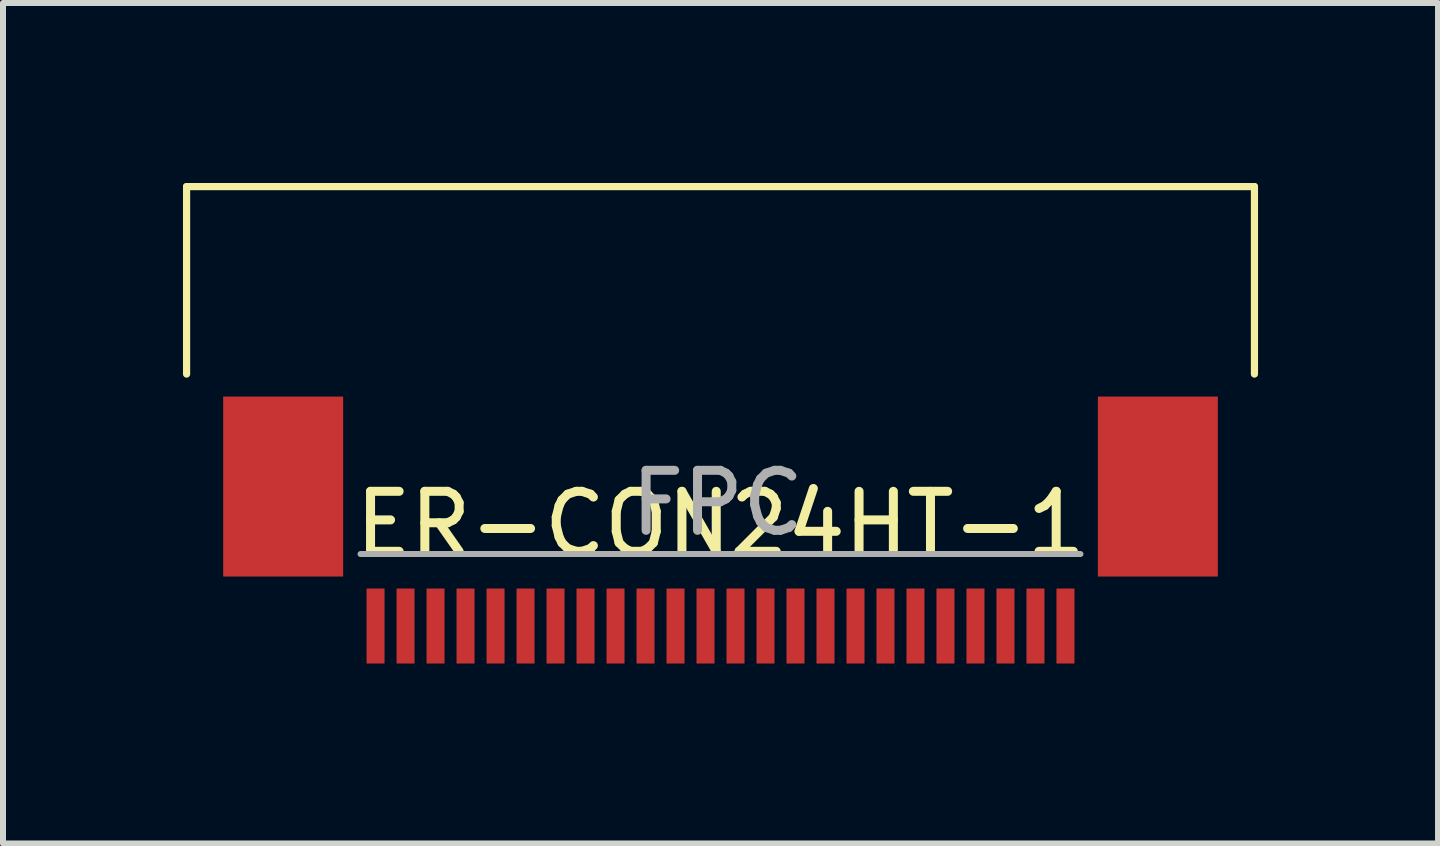
<source format=kicad_pcb>
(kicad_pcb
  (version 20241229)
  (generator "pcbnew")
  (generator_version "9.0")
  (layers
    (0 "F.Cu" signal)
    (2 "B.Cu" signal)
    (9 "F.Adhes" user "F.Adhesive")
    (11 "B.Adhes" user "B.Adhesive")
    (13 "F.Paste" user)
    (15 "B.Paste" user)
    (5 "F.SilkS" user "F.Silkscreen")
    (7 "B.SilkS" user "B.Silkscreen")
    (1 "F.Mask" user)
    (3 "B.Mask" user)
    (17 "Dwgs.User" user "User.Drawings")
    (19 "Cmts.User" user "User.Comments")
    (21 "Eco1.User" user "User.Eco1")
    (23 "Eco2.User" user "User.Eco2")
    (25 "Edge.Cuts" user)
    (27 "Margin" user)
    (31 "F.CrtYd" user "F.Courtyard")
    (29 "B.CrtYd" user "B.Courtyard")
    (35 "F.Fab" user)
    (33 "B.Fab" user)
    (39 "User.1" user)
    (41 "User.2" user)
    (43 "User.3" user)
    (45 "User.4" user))
  (footprint "ER-CON24HT-1"
    (layer "F.Cu")
    (at 8.96 6.185)
    (property "Reference" "ER-CON24HT-1" (at 0 -0.5 0) (unlocked yes) (layer "F.SilkS") (effects (font (size 1 1) (thickness 0.15))))
    (attr smd)
    (fp_line (start -8.9 -6.125) (end -8.9 -3) (stroke (width 0.12) (type solid)) (layer "F.SilkS"))
    (fp_line (start -8.9 -6.125) (end 8.9 -6.125) (stroke (width 0.12) (type solid)) (layer "F.SilkS"))
    (fp_line (start 8.9 -6.125) (end 8.9 -3) (stroke (width 0.12) (type solid)) (layer "F.SilkS"))
    (fp_line (start -6 0) (end 6 0) (stroke (width 0.1) (type solid)) (layer "F.Fab"))
    (fp_text user "FPC" (at -0.05 -0.85 0) (unlocked yes) (layer "F.Fab") (effects (font (size 1 1) (thickness 0.15))))
    (pad "0" smd rect (at -7.29 -1.125) (size 2 3) (layers "F.Cu" "F.Mask" "F.Paste"))
    (pad "0" smd rect (at 7.29 -1.125) (size 2 3) (layers "F.Cu" "F.Mask" "F.Paste"))
    (pad "1" smd rect (at -5.75 1.2) (size 0.3 1.25) (layers "F.Cu" "F.Mask" "F.Paste"))
    (pad "2" smd rect (at -5.25 1.2) (size 0.3 1.25) (layers "F.Cu" "F.Mask" "F.Paste"))
    (pad "3" smd rect (at -4.75 1.2) (size 0.3 1.25) (layers "F.Cu" "F.Mask" "F.Paste"))
    (pad "4" smd rect (at -4.25 1.2) (size 0.3 1.25) (layers "F.Cu" "F.Mask" "F.Paste"))
    (pad "5" smd rect (at -3.75 1.2) (size 0.3 1.25) (layers "F.Cu" "F.Mask" "F.Paste"))
    (pad "6" smd rect (at -3.25 1.2) (size 0.3 1.25) (layers "F.Cu" "F.Mask" "F.Paste"))
    (pad "7" smd rect (at -2.75 1.2) (size 0.3 1.25) (layers "F.Cu" "F.Mask" "F.Paste"))
    (pad "8" smd rect (at -2.25 1.2) (size 0.3 1.25) (layers "F.Cu" "F.Mask" "F.Paste"))
    (pad "9" smd rect (at -1.75 1.2) (size 0.3 1.25) (layers "F.Cu" "F.Mask" "F.Paste"))
    (pad "10" smd rect (at -1.25 1.2) (size 0.3 1.25) (layers "F.Cu" "F.Mask" "F.Paste"))
    (pad "11" smd rect (at -0.75 1.2) (size 0.3 1.25) (layers "F.Cu" "F.Mask" "F.Paste"))
    (pad "12" smd rect (at -0.25 1.2) (size 0.3 1.25) (layers "F.Cu" "F.Mask" "F.Paste"))
    (pad "13" smd rect (at 0.25 1.2) (size 0.3 1.25) (layers "F.Cu" "F.Mask" "F.Paste"))
    (pad "14" smd rect (at 0.75 1.2) (size 0.3 1.25) (layers "F.Cu" "F.Mask" "F.Paste"))
    (pad "15" smd rect (at 1.25 1.2) (size 0.3 1.25) (layers "F.Cu" "F.Mask" "F.Paste"))
    (pad "16" smd rect (at 1.75 1.2) (size 0.3 1.25) (layers "F.Cu" "F.Mask" "F.Paste"))
    (pad "17" smd rect (at 2.25 1.2) (size 0.3 1.25) (layers "F.Cu" "F.Mask" "F.Paste"))
    (pad "18" smd rect (at 2.75 1.2) (size 0.3 1.25) (layers "F.Cu" "F.Mask" "F.Paste"))
    (pad "19" smd rect (at 3.25 1.2) (size 0.3 1.25) (layers "F.Cu" "F.Mask" "F.Paste"))
    (pad "20" smd rect (at 3.75 1.2) (size 0.3 1.25) (layers "F.Cu" "F.Mask" "F.Paste"))
    (pad "21" smd rect (at 4.25 1.2) (size 0.3 1.25) (layers "F.Cu" "F.Mask" "F.Paste"))
    (pad "22" smd rect (at 4.75 1.2) (size 0.3 1.25) (layers "F.Cu" "F.Mask" "F.Paste"))
    (pad "23" smd rect (at 5.25 1.2) (size 0.3 1.25) (layers "F.Cu" "F.Mask" "F.Paste"))
    (pad "24" smd rect (at 5.75 1.2) (size 0.3 1.25) (layers "F.Cu" "F.Mask" "F.Paste")))
  (gr_rect
    (start -3 -3)
    (end 20.92 11.01)
    (stroke (width 0.1) (type default))
    (fill no)
    (layer "Edge.Cuts")))
</source>
